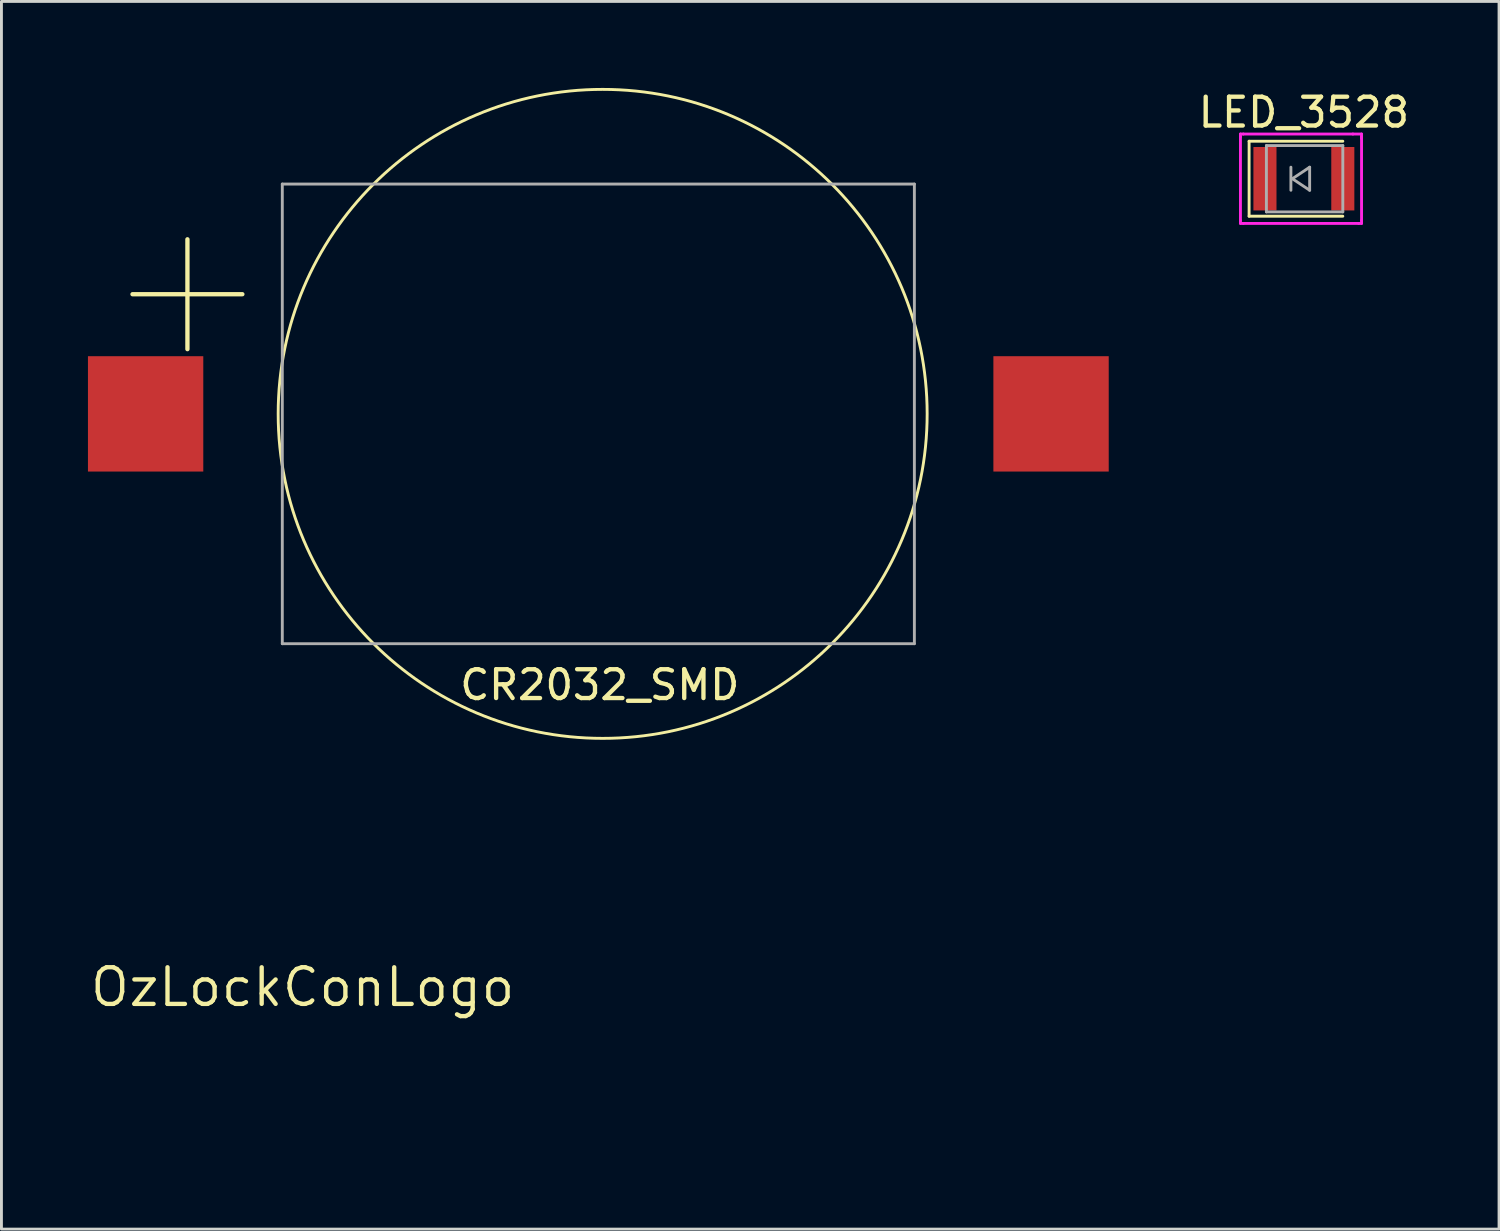
<source format=kicad_pcb>
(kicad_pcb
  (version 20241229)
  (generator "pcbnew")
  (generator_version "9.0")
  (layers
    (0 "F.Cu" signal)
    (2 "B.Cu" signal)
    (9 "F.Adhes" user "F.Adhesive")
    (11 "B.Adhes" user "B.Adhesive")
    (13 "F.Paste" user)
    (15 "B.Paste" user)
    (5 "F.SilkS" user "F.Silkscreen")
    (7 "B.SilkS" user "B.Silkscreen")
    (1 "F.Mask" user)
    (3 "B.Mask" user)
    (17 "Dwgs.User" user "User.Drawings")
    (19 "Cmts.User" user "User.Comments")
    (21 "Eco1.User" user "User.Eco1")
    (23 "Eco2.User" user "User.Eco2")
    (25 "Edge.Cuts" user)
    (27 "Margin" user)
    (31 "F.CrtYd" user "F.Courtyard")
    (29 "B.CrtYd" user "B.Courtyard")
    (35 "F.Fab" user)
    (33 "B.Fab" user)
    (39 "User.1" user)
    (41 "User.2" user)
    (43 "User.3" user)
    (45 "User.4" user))
  (footprint "LED_3528"
    (layer "F.Cu")
    (at 42.168 3.148)
    (property "Reference" "LED_3528" (at 0 -2.3 0) (layer "F.SilkS") (effects (font (size 1 1) (thickness 0.15))))
    (attr smd)
    (fp_line (start -1.9 -1.3) (end -1.9 1.3) (stroke (width 0.1) (type solid)) (layer "F.SilkS"))
    (fp_line (start -1.9 1.3) (end 1.35 1.3) (stroke (width 0.1) (type solid)) (layer "F.SilkS"))
    (fp_line (start 1.35 -1.3) (end -1.9 -1.3) (stroke (width 0.1) (type solid)) (layer "F.SilkS"))
    (fp_line (start -2.2 -1.55) (end -2.2 -1.45) (stroke (width 0.1) (type solid)) (layer "F.CrtYd"))
    (fp_line (start -2.2 -1.45) (end -2.2 1.45) (stroke (width 0.1) (type solid)) (layer "F.CrtYd"))
    (fp_line (start -2.2 1.55) (end -2.2 1.45) (stroke (width 0.1) (type solid)) (layer "F.CrtYd"))
    (fp_line (start -2.1 -1.55) (end -2.2 -1.55) (stroke (width 0.1) (type solid)) (layer "F.CrtYd"))
    (fp_line (start -2.1 1.55) (end -2.2 1.55) (stroke (width 0.1) (type solid)) (layer "F.CrtYd"))
    (fp_line (start -2.1 1.55) (end 1.9 1.55) (stroke (width 0.1) (type solid)) (layer "F.CrtYd"))
    (fp_line (start 1.7 -1.55) (end -2.1 -1.55) (stroke (width 0.1) (type solid)) (layer "F.CrtYd"))
    (fp_line (start 1.9 1.55) (end 2 1.55) (stroke (width 0.1) (type solid)) (layer "F.CrtYd"))
    (fp_line (start 2 -1.55) (end 1.7 -1.55) (stroke (width 0.1) (type solid)) (layer "F.CrtYd"))
    (fp_line (start 2 -1.55) (end 2 -1.4) (stroke (width 0.1) (type solid)) (layer "F.CrtYd"))
    (fp_line (start 2 1.45) (end 2 -1.45) (stroke (width 0.1) (type solid)) (layer "F.CrtYd"))
    (fp_line (start 2 1.55) (end 2 1.45) (stroke (width 0.1) (type solid)) (layer "F.CrtYd"))
    (fp_line (start -1.3 -1.15) (end 1.35 -1.15) (stroke (width 0.1) (type solid)) (layer "F.Fab"))
    (fp_line (start -1.3 1.15) (end -1.3 -1.15) (stroke (width 0.1) (type solid)) (layer "F.Fab"))
    (fp_line (start -0.45 -0.4) (end -0.45 0.4) (stroke (width 0.1) (type solid)) (layer "F.Fab"))
    (fp_line (start -0.4 0) (end 0.2 -0.4) (stroke (width 0.1) (type solid)) (layer "F.Fab"))
    (fp_line (start 0.2 -0.4) (end 0.2 0.4) (stroke (width 0.1) (type solid)) (layer "F.Fab"))
    (fp_line (start 0.2 0.4) (end -0.4 0) (stroke (width 0.1) (type solid)) (layer "F.Fab"))
    (fp_line (start 1.35 -1.15) (end 1.35 1.15) (stroke (width 0.1) (type solid)) (layer "F.Fab"))
    (fp_line (start 1.35 1.15) (end -1.3 1.15) (stroke (width 0.1) (type solid)) (layer "F.Fab"))
    (pad "1" smd rect (at -1.35 0 180) (size 0.8 2.2) (layers "F.Cu" "F.Mask" "F.Paste"))
    (pad "2" smd rect (at 1.35 0 180) (size 0.8 2.2) (layers "F.Cu" "F.Mask" "F.Paste")))
  (footprint "CR2032_SMD"
    (layer "F.Cu")
    (at 17.7 11.303)
    (property "Reference" "CR2032_SMD" (at 0.05 9.4 0) (layer "F.SilkS") (effects (font (size 1 1) (thickness 0.15))))
    (attr through_hole)
    (fp_circle (center 0.15 0) (end 11.25 1.85) (stroke (width 0.1) (type solid)) (fill no) (layer "F.SilkS"))
    (fp_line (start -10.96 -7.97) (end -10.96 7.97) (stroke (width 0.1) (type solid)) (layer "F.Fab"))
    (fp_line (start -10.96 -7.97) (end 10.96 -7.97) (stroke (width 0.1) (type solid)) (layer "F.Fab"))
    (fp_line (start -10.96 7.97) (end 10.96 7.97) (stroke (width 0.1) (type solid)) (layer "F.Fab"))
    (fp_line (start 10.96 -7.97) (end 10.96 7.97) (stroke (width 0.1) (type solid)) (layer "F.Fab"))
    (fp_text user "+" (at -14.25 -4.55 0) (layer "F.SilkS") (effects (font (size 5 5) (thickness 0.15))))
    (pad "1" smd rect (at -15.7 0) (size 4 4) (layers "F.Cu" "F.Mask" "F.Paste"))
    (pad "2" smd rect (at 15.7 0) (size 4 4) (layers "F.Cu" "F.Mask" "F.Paste")))
  (footprint "OzLockConLogo"
    (layer "F.Cu")
    (at 7.446 31.184)
    (property "Reference" "OzLockConLogo" (at 0 0 0) (layer "F.SilkS") (effects (font (size 1.27 1.27) (thickness 0.15))))
    (attr through_hole)
    (fp_poly (pts (xy 5.684 -1.287) (xy 5.7 -1.23) (xy 5.701 -1.212) (xy 5.696 -1.147) (xy 5.679 -1.088) (xy 5.643 -1.029) (xy 5.584 -0.965) (xy 5.495 -0.891) (xy 5.371 -0.8) (xy 5.208 -0.688) (xy 5.114 -0.626) (xy 4.97 -0.53) (xy 4.789 -0.41) (xy 4.58 -0.271) (xy 4.353 -0.119) (xy 4.117 0.038) (xy 3.882 0.195) (xy 3.708 0.311) (xy 3.497 0.452) (xy 3.292 0.588) (xy 3.101 0.715) (xy 2.93 0.828) (xy 2.785 0.923) (xy 2.674 0.996) (xy 2.602 1.042) (xy 2.6 1.043) (xy 2.492 1.115) (xy 2.424 1.173) (xy 2.386 1.226) (xy 2.373 1.261) (xy 2.355 1.316) (xy 2.329 1.368) (xy 2.291 1.42) (xy 2.236 1.475) (xy 2.159 1.539) (xy 2.055 1.615) (xy 1.919 1.706) (xy 1.746 1.817) (xy 1.533 1.952) (xy 1.426 2.018) (xy 1.234 2.138) (xy 1.06 2.248) (xy 0.907 2.346) (xy 0.781 2.427) (xy 0.688 2.488) (xy 0.634 2.526) (xy 0.622 2.537) (xy 0.646 2.554) (xy 0.714 2.599) (xy 0.822 2.668) (xy 0.967 2.761) (xy 1.145 2.873) (xy 1.352 3.003) (xy 1.584 3.149) (xy 1.838 3.308) (xy 2.11 3.477) (xy 2.373 3.641) (xy 2.662 3.821) (xy 2.937 3.993) (xy 3.194 4.155) (xy 3.429 4.305) (xy 3.639 4.439) (xy 3.819 4.556) (xy 3.966 4.652) (xy 4.076 4.727) (xy 4.145 4.776) (xy 4.168 4.796) (xy 4.216 4.913) (xy 4.224 5.043) (xy 4.192 5.163) (xy 4.179 5.186) (xy 4.077 5.301) (xy 3.949 5.368) (xy 3.805 5.386) (xy 3.654 5.351) (xy 3.647 5.348) (xy 3.627 5.339) (xy 3.6 5.325) (xy 3.563 5.304) (xy 3.514 5.275) (xy 3.449 5.237) (xy 3.367 5.187) (xy 3.264 5.124) (xy 3.137 5.046) (xy 2.984 4.951) (xy 2.801 4.838) (xy 2.588 4.705) (xy 2.339 4.551) (xy 2.053 4.372) (xy 1.728 4.169) (xy 1.359 3.94) (xy 1.005 3.718) (xy 0.772 3.574) (xy 0.554 3.44) (xy 0.356 3.32) (xy 0.183 3.217) (xy 0.04 3.134) (xy -0.07 3.073) (xy -0.14 3.036) (xy -0.166 3.027) (xy -0.197 3.044) (xy -0.272 3.088) (xy -0.387 3.157) (xy -0.538 3.25) (xy -0.723 3.363) (xy -0.936 3.494) (xy -1.174 3.642) (xy -1.434 3.803) (xy -1.712 3.975) (xy -2.003 4.157) (xy -2.05 4.186) (xy -2.427 4.42) (xy -2.758 4.626) (xy -3.046 4.803) (xy -3.292 4.953) (xy -3.498 5.077) (xy -3.666 5.176) (xy -3.799 5.252) (xy -3.897 5.305) (xy -3.963 5.337) (xy -3.997 5.349) (xy -4.129 5.343) (xy -4.244 5.292) (xy -4.337 5.206) (xy -4.401 5.096) (xy -4.429 4.971) (xy -4.414 4.843) (xy -4.375 4.757) (xy -4.351 4.731) (xy -4.302 4.69) (xy -4.225 4.634) (xy -4.118 4.56) (xy -3.977 4.466) (xy -3.802 4.352) (xy -3.589 4.216) (xy -3.335 4.056) (xy -3.039 3.87) (xy -2.698 3.656) (xy -2.609 3.601) (xy -2.328 3.426) (xy -2.062 3.259) (xy -1.813 3.103) (xy -1.587 2.961) (xy -1.387 2.835) (xy -1.217 2.727) (xy -1.08 2.64) (xy -0.981 2.576) (xy -0.923 2.538) (xy -0.908 2.527) (xy -0.933 2.511) (xy -1.001 2.468) (xy -1.104 2.404) (xy -1.238 2.32) (xy -1.396 2.222) (xy -1.573 2.112) (xy -1.651 2.063) (xy -1.838 1.946) (xy -2.013 1.833) (xy -2.168 1.731) (xy -2.298 1.642) (xy -2.395 1.573) (xy -2.453 1.527) (xy -2.462 1.518) (xy -2.518 1.435) (xy -2.554 1.346) (xy -2.558 1.332) (xy -2.574 1.28) (xy -2.609 1.229) (xy -2.672 1.169) (xy -2.77 1.091) (xy -2.805 1.066) (xy -2.913 0.988) (xy -3.063 0.883) (xy -3.251 0.756) (xy -3.471 0.609) (xy -3.718 0.445) (xy -3.987 0.268) (xy -4.272 0.083) (xy -4.569 -0.109) (xy -4.812 -0.265) (xy -5.006 -0.391) (xy -5.156 -0.491) (xy -5.267 -0.571) (xy -5.345 -0.632) (xy -5.394 -0.68) (xy -5.419 -0.716) (xy -5.447 -0.767) (xy -5.482 -0.793) (xy -5.541 -0.803) (xy -5.616 -0.804) (xy -5.706 -0.806) (xy -5.758 -0.819) (xy -5.791 -0.853) (xy -5.825 -0.919) (xy -5.827 -0.924) (xy -5.876 -1.007) (xy -5.924 -1.043) (xy -5.933 -1.044) (xy -5.975 -1.06) (xy -5.979 -1.096) (xy -5.946 -1.129) (xy -5.924 -1.138) (xy -5.841 -1.141) (xy -5.778 -1.098) (xy -5.741 -1.041) (xy -5.713 -0.995) (xy -5.677 -0.97) (xy -5.616 -0.961) (xy -5.535 -0.96) (xy -5.442 -0.958) (xy -5.388 -0.947) (xy -5.356 -0.918) (xy -5.327 -0.862) (xy -5.321 -0.849) (xy -5.301 -0.811) (xy -5.272 -0.774) (xy -5.229 -0.734) (xy -5.164 -0.686) (xy -5.072 -0.625) (xy -4.947 -0.547) (xy -4.781 -0.447) (xy -4.703 -0.401) (xy -4.412 -0.229) (xy -4.104 -0.05) (xy -3.789 0.13) (xy -3.478 0.305) (xy -3.183 0.47) (xy -2.915 0.616) (xy -2.709 0.726) (xy -2.574 0.796) (xy -2.477 0.844) (xy -2.405 0.872) (xy -2.346 0.885) (xy -2.288 0.887) (xy -2.228 0.883) (xy -2.072 0.869) (xy -1.198 1.413) (xy -0.994 1.54) (xy -0.802 1.659) (xy -0.628 1.767) (xy -0.478 1.86) (xy -0.358 1.934) (xy -0.274 1.986) (xy -0.234 2.011) (xy -0.144 2.064) (xy 0.838 1.449) (xy 1.82 0.833) (xy 2.033 0.833) (xy 2.245 0.833) (xy 2.769 0.546) (xy 2.936 0.453) (xy 3.139 0.34) (xy 3.365 0.211) (xy 3.601 0.076) (xy 3.836 -0.06) (xy 4.053 -0.186) (xy 4.258 -0.306) (xy 4.464 -0.427) (xy 4.66 -0.541) (xy 4.838 -0.645) (xy 4.987 -0.732) (xy 5.1 -0.797) (xy 5.116 -0.807) (xy 5.261 -0.891) (xy 5.365 -0.954) (xy 5.437 -1.003) (xy 5.485 -1.045) (xy 5.518 -1.086) (xy 5.544 -1.135) (xy 5.563 -1.178) (xy 5.608 -1.259) (xy 5.651 -1.296) (xy 5.684 -1.287)) (stroke (width 0.01) (type solid)) (fill yes) (layer "F.Mask"))
    (fp_poly (pts (xy -0.245 -5.572) (xy -0.098 -5.57) (xy 0.018 -5.564) (xy 0.113 -5.555) (xy 0.2 -5.54) (xy 0.29 -5.519) (xy 0.379 -5.495) (xy 0.785 -5.356) (xy 1.156 -5.172) (xy 1.492 -4.945) (xy 1.753 -4.715) (xy 2.007 -4.426) (xy 2.21 -4.114) (xy 2.362 -3.781) (xy 2.462 -3.431) (xy 2.508 -3.068) (xy 2.511 -2.939) (xy 2.501 -2.676) (xy 2.466 -2.441) (xy 2.403 -2.206) (xy 2.344 -2.04) (xy 2.221 -1.777) (xy 2.058 -1.516) (xy 1.867 -1.27) (xy 1.659 -1.054) (xy 1.482 -0.909) (xy 1.405 -0.854) (xy 1.349 -0.813) (xy 1.326 -0.797) (xy 1.322 -0.767) (xy 1.317 -0.688) (xy 1.312 -0.567) (xy 1.307 -0.412) (xy 1.303 -0.23) (xy 1.298 -0.029) (xy 1.298 -0.019) (xy 1.284 0.748) (xy 1.124 0.756) (xy 1.03 0.756) (xy 0.966 0.739) (xy 0.928 0.695) (xy 0.908 0.617) (xy 0.903 0.495) (xy 0.903 0.415) (xy 0.905 0.291) (xy 0.905 0.132) (xy 0.905 -0.039) (xy 0.905 -0.176) (xy 0.903 -0.536) (xy 0.706 -0.536) (xy 0.706 0.079) (xy 0.704 0.304) (xy 0.701 0.478) (xy 0.695 0.603) (xy 0.686 0.683) (xy 0.675 0.724) (xy 0.672 0.728) (xy 0.624 0.749) (xy 0.545 0.761) (xy 0.508 0.762) (xy 0.422 0.755) (xy 0.359 0.737) (xy 0.344 0.728) (xy 0.334 0.7) (xy 0.325 0.636) (xy 0.319 0.533) (xy 0.314 0.386) (xy 0.311 0.192) (xy 0.31 -0.054) (xy 0.31 -0.104) (xy 0.31 -0.903) (xy 0.085 -0.903) (xy 0.085 -0.104) (xy 0.084 0.151) (xy 0.082 0.355) (xy 0.077 0.51) (xy 0.071 0.62) (xy 0.063 0.691) (xy 0.053 0.725) (xy 0.051 0.728) (xy 0.004 0.749) (xy -0.076 0.761) (xy -0.113 0.762) (xy -0.198 0.755) (xy -0.262 0.737) (xy -0.277 0.728) (xy -0.288 0.698) (xy -0.297 0.632) (xy -0.303 0.524) (xy -0.308 0.372) (xy -0.31 0.17) (xy -0.31 -0.021) (xy -0.31 -0.737) (xy -0.43 -0.728) (xy -0.55 -0.72) (xy -0.559 -0.508) (xy -0.568 -0.382) (xy -0.585 -0.306) (xy -0.608 -0.274) (xy -0.636 -0.231) (xy -0.649 -0.155) (xy -0.649 -0.068) (xy -0.634 0.007) (xy -0.606 0.05) (xy -0.587 0.069) (xy -0.575 0.109) (xy -0.569 0.179) (xy -0.568 0.287) (xy -0.571 0.411) (xy -0.579 0.748) (xy -0.729 0.756) (xy -0.821 0.759) (xy -0.885 0.749) (xy -0.926 0.717) (xy -0.948 0.656) (xy -0.957 0.556) (xy -0.958 0.41) (xy -0.958 0.38) (xy -0.955 0.241) (xy -0.951 0.148) (xy -0.942 0.092) (xy -0.928 0.063) (xy -0.906 0.049) (xy -0.9 0.048) (xy -0.868 0.029) (xy -0.852 -0.015) (xy -0.847 -0.099) (xy -0.847 -0.113) (xy -0.85 -0.202) (xy -0.864 -0.25) (xy -0.894 -0.271) (xy -0.904 -0.274) (xy -0.95 -0.31) (xy -0.956 -0.349) (xy -0.954 -0.406) (xy -0.954 -0.5) (xy -0.955 -0.612) (xy -0.955 -0.628) (xy -0.96 -0.847) (xy -1.157 -0.847) (xy -1.157 -0.076) (xy -1.158 0.175) (xy -1.16 0.374) (xy -1.165 0.524) (xy -1.171 0.631) (xy -1.18 0.697) (xy -1.19 0.728) (xy -1.191 0.728) (xy -1.244 0.752) (xy -1.328 0.761) (xy -1.418 0.758) (xy -1.492 0.741) (xy -1.522 0.722) (xy -1.538 0.671) (xy -1.548 0.565) (xy -1.552 0.407) (xy -1.552 0.334) (xy -1.551 0.172) (xy -1.551 0.003) (xy -1.551 -0.148) (xy -1.551 -0.24) (xy -1.553 -0.466) (xy -1.744 -0.543) (xy -1.985 -0.662) (xy -2.234 -0.821) (xy -2.477 -1.011) (xy -2.699 -1.221) (xy -2.887 -1.438) (xy -2.888 -1.439) (xy -0.361 -1.439) (xy 0.02 -1.439) (xy 0.18 -1.441) (xy 0.29 -1.445) (xy 0.356 -1.452) (xy 0.386 -1.464) (xy 0.388 -1.475) (xy 0.376 -1.514) (xy 0.353 -1.597) (xy 0.322 -1.71) (xy 0.286 -1.843) (xy 0.283 -1.852) (xy 0.191 -2.194) (xy 0.251 -2.275) (xy 0.321 -2.406) (xy 0.343 -2.535) (xy 0.32 -2.653) (xy 0.256 -2.75) (xy 0.154 -2.818) (xy 0.06 -2.842) (xy -0.077 -2.837) (xy -0.189 -2.789) (xy -0.271 -2.707) (xy -0.316 -2.602) (xy -0.321 -2.482) (xy -0.278 -2.357) (xy -0.241 -2.299) (xy -0.162 -2.195) (xy -0.261 -1.817) (xy -0.361 -1.439) (xy -2.888 -1.439) (xy -2.895 -1.449) (xy -3.023 -1.642) (xy -3.143 -1.869) (xy -3.245 -2.106) (xy -3.319 -2.332) (xy -3.329 -2.371) (xy -3.371 -2.619) (xy -3.387 -2.894) (xy -3.379 -3.171) (xy -3.345 -3.427) (xy -3.33 -3.494) (xy -3.283 -3.641) (xy -2.3 -3.641) (xy -2.298 -3.504) (xy -2.289 -3.406) (xy -2.271 -3.331) (xy -2.242 -3.263) (xy -2.236 -3.253) (xy -2.105 -3.06) (xy -1.942 -2.907) (xy -1.867 -2.857) (xy -1.76 -2.807) (xy -1.635 -2.764) (xy -1.509 -2.734) (xy -1.405 -2.722) (xy -1.369 -2.725) (xy -1.304 -2.735) (xy -1.217 -2.75) (xy -1.199 -2.752) (xy -1.022 -2.807) (xy -0.853 -2.909) (xy -0.704 -3.047) (xy -0.588 -3.211) (xy -0.537 -3.32) (xy -0.485 -3.533) (xy -0.485 -3.568) (xy 0.369 -3.568) (xy 0.373 -3.396) (xy 0.408 -3.259) (xy 0.473 -3.145) (xy 0.573 -3.032) (xy 0.69 -2.939) (xy 0.796 -2.884) (xy 0.942 -2.86) (xy 1.103 -2.874) (xy 1.258 -2.922) (xy 1.323 -2.955) (xy 1.434 -3.046) (xy 1.53 -3.162) (xy 1.537 -3.174) (xy 1.585 -3.259) (xy 1.611 -3.335) (xy 1.621 -3.426) (xy 1.623 -3.512) (xy 1.619 -3.632) (xy 1.603 -3.72) (xy 1.569 -3.8) (xy 1.544 -3.845) (xy 1.429 -3.993) (xy 1.287 -4.095) (xy 1.13 -4.152) (xy 0.964 -4.164) (xy 0.799 -4.13) (xy 0.644 -4.049) (xy 0.507 -3.923) (xy 0.468 -3.873) (xy 0.401 -3.733) (xy 0.369 -3.568) (xy -0.485 -3.568) (xy -0.485 -3.744) (xy -0.533 -3.945) (xy -0.624 -4.13) (xy -0.755 -4.29) (xy -0.92 -4.419) (xy -1.116 -4.509) (xy -1.261 -4.545) (xy -1.479 -4.553) (xy -1.689 -4.509) (xy -1.884 -4.416) (xy -2.055 -4.28) (xy -2.193 -4.105) (xy -2.225 -4.05) (xy -2.261 -3.975) (xy -2.284 -3.905) (xy -2.295 -3.822) (xy -2.3 -3.708) (xy -2.3 -3.641) (xy -3.283 -3.641) (xy -3.218 -3.844) (xy -3.056 -4.172) (xy -2.847 -4.475) (xy -2.595 -4.75) (xy -2.304 -4.994) (xy -1.977 -5.203) (xy -1.618 -5.373) (xy -1.256 -5.495) (xy -1.152 -5.523) (xy -1.062 -5.543) (xy -0.974 -5.557) (xy -0.875 -5.566) (xy -0.755 -5.57) (xy -0.6 -5.572) (xy -0.437 -5.573) (xy -0.245 -5.572)) (stroke (width 0.01) (type solid)) (fill yes) (layer "F.Mask")))
  (gr_rect
    (start -3 -3)
    (end 48.936 39.575)
    (stroke (width 0.1) (type default))
    (fill no)
    (layer "Edge.Cuts")))
</source>
